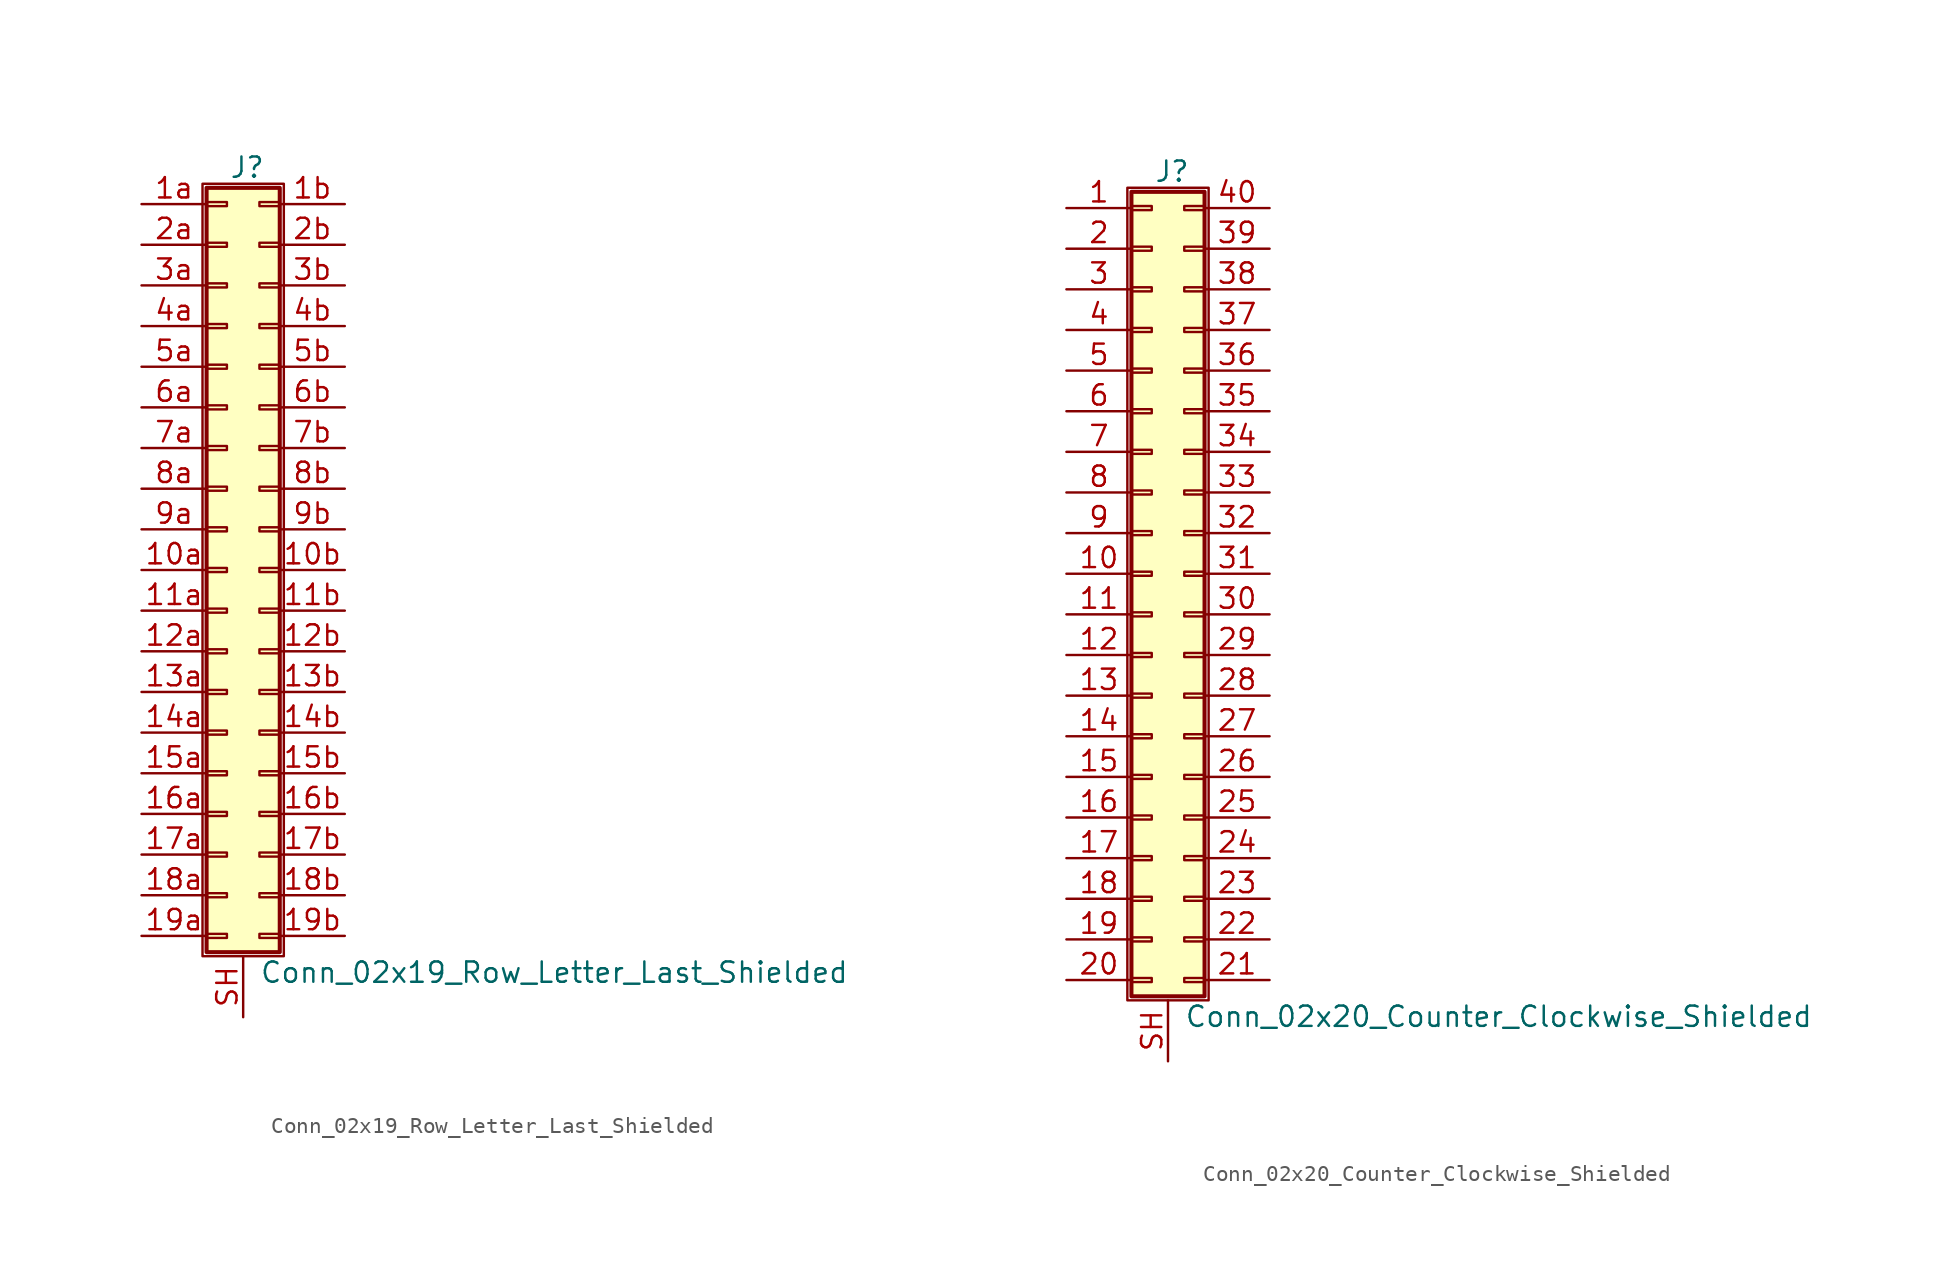
<source format=kicad_sym>
(kicad_symbol_lib
  (version 20201005)
  (generator kicad_symbol_editor)
  (symbol "Conn_02x19_Row_Letter_Last_Shielded"
    (pin_names
      (offset 1.016) hide)
    (property "Reference" "J"
      (at 1.524 25.146 0)
      (effects (font (size 1.27 1.27))))
    (property "Value" "Conn_02x19_Row_Letter_Last_Shielded"
      (at 2.286 -25.146 0)
      (effects (font (size 1.27 1.27)) (justify left)))
    (symbol "Conn_02x19_Row_Letter_Last_Shielded_1_1"
      (rectangle (start -1.27 24.13) (end 3.81 -24.13) (stroke (width 0.152)) (fill (type none)))
      (rectangle (start -1.016 -22.733) (end 0.254 -22.987) (stroke (width 0.152)) (fill (type none)))
      (rectangle (start -1.016 -20.193) (end 0.254 -20.447) (stroke (width 0.152)) (fill (type none)))
      (rectangle (start -1.016 -17.653) (end 0.254 -17.907) (stroke (width 0.152)) (fill (type none)))
      (rectangle (start -1.016 -15.113) (end 0.254 -15.367) (stroke (width 0.152)) (fill (type none)))
      (rectangle (start -1.016 -12.573) (end 0.254 -12.827) (stroke (width 0.152)) (fill (type none)))
      (rectangle (start -1.016 -10.033) (end 0.254 -10.287) (stroke (width 0.152)) (fill (type none)))
      (rectangle (start -1.016 -7.493) (end 0.254 -7.747) (stroke (width 0.152)) (fill (type none)))
      (rectangle (start -1.016 -4.953) (end 0.254 -5.207) (stroke (width 0.152)) (fill (type none)))
      (rectangle (start -1.016 -2.413) (end 0.254 -2.667) (stroke (width 0.152)) (fill (type none)))
      (rectangle (start -1.016 0.127) (end 0.254 -0.127) (stroke (width 0.152)) (fill (type none)))
      (rectangle (start -1.016 2.667) (end 0.254 2.413) (stroke (width 0.152)) (fill (type none)))
      (rectangle (start -1.016 5.207) (end 0.254 4.953) (stroke (width 0.152)) (fill (type none)))
      (rectangle (start -1.016 7.747) (end 0.254 7.493) (stroke (width 0.152)) (fill (type none)))
      (rectangle (start -1.016 10.287) (end 0.254 10.033) (stroke (width 0.152)) (fill (type none)))
      (rectangle (start -1.016 12.827) (end 0.254 12.573) (stroke (width 0.152)) (fill (type none)))
      (rectangle (start -1.016 15.367) (end 0.254 15.113) (stroke (width 0.152)) (fill (type none)))
      (rectangle (start -1.016 17.907) (end 0.254 17.653) (stroke (width 0.152)) (fill (type none)))
      (rectangle (start -1.016 20.447) (end 0.254 20.193) (stroke (width 0.152)) (fill (type none)))
      (rectangle (start -1.016 22.987) (end 0.254 22.733) (stroke (width 0.152)) (fill (type none)))
      (rectangle (start -1.016 23.876) (end 3.556 -23.876) (stroke (width 0.254)) (fill (type background)))
      (rectangle (start 3.556 -22.733) (end 2.286 -22.987) (stroke (width 0.152)) (fill (type none)))
      (rectangle (start 3.556 -20.193) (end 2.286 -20.447) (stroke (width 0.152)) (fill (type none)))
      (rectangle (start 3.556 -17.653) (end 2.286 -17.907) (stroke (width 0.152)) (fill (type none)))
      (rectangle (start 3.556 -15.113) (end 2.286 -15.367) (stroke (width 0.152)) (fill (type none)))
      (rectangle (start 3.556 -12.573) (end 2.286 -12.827) (stroke (width 0.152)) (fill (type none)))
      (rectangle (start 3.556 -10.033) (end 2.286 -10.287) (stroke (width 0.152)) (fill (type none)))
      (rectangle (start 3.556 -7.493) (end 2.286 -7.747) (stroke (width 0.152)) (fill (type none)))
      (rectangle (start 3.556 -4.953) (end 2.286 -5.207) (stroke (width 0.152)) (fill (type none)))
      (rectangle (start 3.556 -2.413) (end 2.286 -2.667) (stroke (width 0.152)) (fill (type none)))
      (rectangle (start 3.556 0.127) (end 2.286 -0.127) (stroke (width 0.152)) (fill (type none)))
      (rectangle (start 3.556 2.667) (end 2.286 2.413) (stroke (width 0.152)) (fill (type none)))
      (rectangle (start 3.556 5.207) (end 2.286 4.953) (stroke (width 0.152)) (fill (type none)))
      (rectangle (start 3.556 7.747) (end 2.286 7.493) (stroke (width 0.152)) (fill (type none)))
      (rectangle (start 3.556 10.287) (end 2.286 10.033) (stroke (width 0.152)) (fill (type none)))
      (rectangle (start 3.556 12.827) (end 2.286 12.573) (stroke (width 0.152)) (fill (type none)))
      (rectangle (start 3.556 15.367) (end 2.286 15.113) (stroke (width 0.152)) (fill (type none)))
      (rectangle (start 3.556 17.907) (end 2.286 17.653) (stroke (width 0.152)) (fill (type none)))
      (rectangle (start 3.556 20.447) (end 2.286 20.193) (stroke (width 0.152)) (fill (type none)))
      (rectangle (start 3.556 22.987) (end 2.286 22.733) (stroke (width 0.152)) (fill (type none)))
      (pin passive line (at -5.08 0 0) (length 4.064) (name "Pin_10a" (effects (font (size 1.27 1.27)))) (number "10a" (effects (font (size 1.27 1.27)))))
      (pin passive line (at 7.62 0 180) (length 4.064) (name "Pin_10b" (effects (font (size 1.27 1.27)))) (number "10b" (effects (font (size 1.27 1.27)))))
      (pin passive line (at -5.08 -2.54 0) (length 4.064) (name "Pin_11a" (effects (font (size 1.27 1.27)))) (number "11a" (effects (font (size 1.27 1.27)))))
      (pin passive line (at 7.62 -2.54 180) (length 4.064) (name "Pin_11b" (effects (font (size 1.27 1.27)))) (number "11b" (effects (font (size 1.27 1.27)))))
      (pin passive line (at -5.08 -5.08 0) (length 4.064) (name "Pin_12a" (effects (font (size 1.27 1.27)))) (number "12a" (effects (font (size 1.27 1.27)))))
      (pin passive line (at 7.62 -5.08 180) (length 4.064) (name "Pin_12b" (effects (font (size 1.27 1.27)))) (number "12b" (effects (font (size 1.27 1.27)))))
      (pin passive line (at -5.08 -7.62 0) (length 4.064) (name "Pin_13a" (effects (font (size 1.27 1.27)))) (number "13a" (effects (font (size 1.27 1.27)))))
      (pin passive line (at 7.62 -7.62 180) (length 4.064) (name "Pin_13b" (effects (font (size 1.27 1.27)))) (number "13b" (effects (font (size 1.27 1.27)))))
      (pin passive line (at -5.08 -10.16 0) (length 4.064) (name "Pin_14a" (effects (font (size 1.27 1.27)))) (number "14a" (effects (font (size 1.27 1.27)))))
      (pin passive line (at 7.62 -10.16 180) (length 4.064) (name "Pin_14b" (effects (font (size 1.27 1.27)))) (number "14b" (effects (font (size 1.27 1.27)))))
      (pin passive line (at -5.08 -12.7 0) (length 4.064) (name "Pin_15a" (effects (font (size 1.27 1.27)))) (number "15a" (effects (font (size 1.27 1.27)))))
      (pin passive line (at 7.62 -12.7 180) (length 4.064) (name "Pin_15b" (effects (font (size 1.27 1.27)))) (number "15b" (effects (font (size 1.27 1.27)))))
      (pin passive line (at -5.08 -15.24 0) (length 4.064) (name "Pin_16a" (effects (font (size 1.27 1.27)))) (number "16a" (effects (font (size 1.27 1.27)))))
      (pin passive line (at 7.62 -15.24 180) (length 4.064) (name "Pin_16b" (effects (font (size 1.27 1.27)))) (number "16b" (effects (font (size 1.27 1.27)))))
      (pin passive line (at -5.08 -17.78 0) (length 4.064) (name "Pin_17a" (effects (font (size 1.27 1.27)))) (number "17a" (effects (font (size 1.27 1.27)))))
      (pin passive line (at 7.62 -17.78 180) (length 4.064) (name "Pin_17b" (effects (font (size 1.27 1.27)))) (number "17b" (effects (font (size 1.27 1.27)))))
      (pin passive line (at -5.08 -20.32 0) (length 4.064) (name "Pin_18a" (effects (font (size 1.27 1.27)))) (number "18a" (effects (font (size 1.27 1.27)))))
      (pin passive line (at 7.62 -20.32 180) (length 4.064) (name "Pin_18b" (effects (font (size 1.27 1.27)))) (number "18b" (effects (font (size 1.27 1.27)))))
      (pin passive line (at -5.08 -22.86 0) (length 4.064) (name "Pin_19a" (effects (font (size 1.27 1.27)))) (number "19a" (effects (font (size 1.27 1.27)))))
      (pin passive line (at 7.62 -22.86 180) (length 4.064) (name "Pin_19b" (effects (font (size 1.27 1.27)))) (number "19b" (effects (font (size 1.27 1.27)))))
      (pin passive line (at -5.08 22.86 0) (length 4.064) (name "Pin_1a" (effects (font (size 1.27 1.27)))) (number "1a" (effects (font (size 1.27 1.27)))))
      (pin passive line (at 7.62 22.86 180) (length 4.064) (name "Pin_1b" (effects (font (size 1.27 1.27)))) (number "1b" (effects (font (size 1.27 1.27)))))
      (pin passive line (at -5.08 20.32 0) (length 4.064) (name "Pin_2a" (effects (font (size 1.27 1.27)))) (number "2a" (effects (font (size 1.27 1.27)))))
      (pin passive line (at 7.62 20.32 180) (length 4.064) (name "Pin_2b" (effects (font (size 1.27 1.27)))) (number "2b" (effects (font (size 1.27 1.27)))))
      (pin passive line (at -5.08 17.78 0) (length 4.064) (name "Pin_3a" (effects (font (size 1.27 1.27)))) (number "3a" (effects (font (size 1.27 1.27)))))
      (pin passive line (at 7.62 17.78 180) (length 4.064) (name "Pin_3b" (effects (font (size 1.27 1.27)))) (number "3b" (effects (font (size 1.27 1.27)))))
      (pin passive line (at -5.08 15.24 0) (length 4.064) (name "Pin_4a" (effects (font (size 1.27 1.27)))) (number "4a" (effects (font (size 1.27 1.27)))))
      (pin passive line (at 7.62 15.24 180) (length 4.064) (name "Pin_4b" (effects (font (size 1.27 1.27)))) (number "4b" (effects (font (size 1.27 1.27)))))
      (pin passive line (at -5.08 12.7 0) (length 4.064) (name "Pin_5a" (effects (font (size 1.27 1.27)))) (number "5a" (effects (font (size 1.27 1.27)))))
      (pin passive line (at 7.62 12.7 180) (length 4.064) (name "Pin_5b" (effects (font (size 1.27 1.27)))) (number "5b" (effects (font (size 1.27 1.27)))))
      (pin passive line (at -5.08 10.16 0) (length 4.064) (name "Pin_6a" (effects (font (size 1.27 1.27)))) (number "6a" (effects (font (size 1.27 1.27)))))
      (pin passive line (at 7.62 10.16 180) (length 4.064) (name "Pin_6b" (effects (font (size 1.27 1.27)))) (number "6b" (effects (font (size 1.27 1.27)))))
      (pin passive line (at -5.08 7.62 0) (length 4.064) (name "Pin_7a" (effects (font (size 1.27 1.27)))) (number "7a" (effects (font (size 1.27 1.27)))))
      (pin passive line (at 7.62 7.62 180) (length 4.064) (name "Pin_7b" (effects (font (size 1.27 1.27)))) (number "7b" (effects (font (size 1.27 1.27)))))
      (pin passive line (at -5.08 5.08 0) (length 4.064) (name "Pin_8a" (effects (font (size 1.27 1.27)))) (number "8a" (effects (font (size 1.27 1.27)))))
      (pin passive line (at 7.62 5.08 180) (length 4.064) (name "Pin_8b" (effects (font (size 1.27 1.27)))) (number "8b" (effects (font (size 1.27 1.27)))))
      (pin passive line (at -5.08 2.54 0) (length 4.064) (name "Pin_9a" (effects (font (size 1.27 1.27)))) (number "9a" (effects (font (size 1.27 1.27)))))
      (pin passive line (at 7.62 2.54 180) (length 4.064) (name "Pin_9b" (effects (font (size 1.27 1.27)))) (number "9b" (effects (font (size 1.27 1.27)))))
      (pin passive line (at 1.27 -27.94 90) (length 3.81) (name "Shield" (effects (font (size 1.27 1.27)))) (number "SH" (effects (font (size 1.27 1.27)))))))
  (symbol "Conn_02x20_Counter_Clockwise_Shielded"
    (pin_names
      (offset 1.016) hide)
    (property "Reference" "J"
      (at 1.524 25.146 0)
      (effects (font (size 1.27 1.27))))
    (property "Value" "Conn_02x20_Counter_Clockwise_Shielded"
      (at 2.286 -27.686 0)
      (effects (font (size 1.27 1.27)) (justify left)))
    (symbol "Conn_02x20_Counter_Clockwise_Shielded_1_1"
      (rectangle (start -1.27 24.13) (end 3.81 -26.67) (stroke (width 0.152)) (fill (type none)))
      (rectangle (start -1.016 -25.273) (end 0.254 -25.527) (stroke (width 0.152)) (fill (type none)))
      (rectangle (start -1.016 -22.733) (end 0.254 -22.987) (stroke (width 0.152)) (fill (type none)))
      (rectangle (start -1.016 -20.193) (end 0.254 -20.447) (stroke (width 0.152)) (fill (type none)))
      (rectangle (start -1.016 -17.653) (end 0.254 -17.907) (stroke (width 0.152)) (fill (type none)))
      (rectangle (start -1.016 -15.113) (end 0.254 -15.367) (stroke (width 0.152)) (fill (type none)))
      (rectangle (start -1.016 -12.573) (end 0.254 -12.827) (stroke (width 0.152)) (fill (type none)))
      (rectangle (start -1.016 -10.033) (end 0.254 -10.287) (stroke (width 0.152)) (fill (type none)))
      (rectangle (start -1.016 -7.493) (end 0.254 -7.747) (stroke (width 0.152)) (fill (type none)))
      (rectangle (start -1.016 -4.953) (end 0.254 -5.207) (stroke (width 0.152)) (fill (type none)))
      (rectangle (start -1.016 -2.413) (end 0.254 -2.667) (stroke (width 0.152)) (fill (type none)))
      (rectangle (start -1.016 0.127) (end 0.254 -0.127) (stroke (width 0.152)) (fill (type none)))
      (rectangle (start -1.016 2.667) (end 0.254 2.413) (stroke (width 0.152)) (fill (type none)))
      (rectangle (start -1.016 5.207) (end 0.254 4.953) (stroke (width 0.152)) (fill (type none)))
      (rectangle (start -1.016 7.747) (end 0.254 7.493) (stroke (width 0.152)) (fill (type none)))
      (rectangle (start -1.016 10.287) (end 0.254 10.033) (stroke (width 0.152)) (fill (type none)))
      (rectangle (start -1.016 12.827) (end 0.254 12.573) (stroke (width 0.152)) (fill (type none)))
      (rectangle (start -1.016 15.367) (end 0.254 15.113) (stroke (width 0.152)) (fill (type none)))
      (rectangle (start -1.016 17.907) (end 0.254 17.653) (stroke (width 0.152)) (fill (type none)))
      (rectangle (start -1.016 20.447) (end 0.254 20.193) (stroke (width 0.152)) (fill (type none)))
      (rectangle (start -1.016 22.987) (end 0.254 22.733) (stroke (width 0.152)) (fill (type none)))
      (rectangle (start -1.016 23.876) (end 3.556 -26.416) (stroke (width 0.254)) (fill (type background)))
      (rectangle (start 3.556 -25.273) (end 2.286 -25.527) (stroke (width 0.152)) (fill (type none)))
      (rectangle (start 3.556 -22.733) (end 2.286 -22.987) (stroke (width 0.152)) (fill (type none)))
      (rectangle (start 3.556 -20.193) (end 2.286 -20.447) (stroke (width 0.152)) (fill (type none)))
      (rectangle (start 3.556 -17.653) (end 2.286 -17.907) (stroke (width 0.152)) (fill (type none)))
      (rectangle (start 3.556 -15.113) (end 2.286 -15.367) (stroke (width 0.152)) (fill (type none)))
      (rectangle (start 3.556 -12.573) (end 2.286 -12.827) (stroke (width 0.152)) (fill (type none)))
      (rectangle (start 3.556 -10.033) (end 2.286 -10.287) (stroke (width 0.152)) (fill (type none)))
      (rectangle (start 3.556 -7.493) (end 2.286 -7.747) (stroke (width 0.152)) (fill (type none)))
      (rectangle (start 3.556 -4.953) (end 2.286 -5.207) (stroke (width 0.152)) (fill (type none)))
      (rectangle (start 3.556 -2.413) (end 2.286 -2.667) (stroke (width 0.152)) (fill (type none)))
      (rectangle (start 3.556 0.127) (end 2.286 -0.127) (stroke (width 0.152)) (fill (type none)))
      (rectangle (start 3.556 2.667) (end 2.286 2.413) (stroke (width 0.152)) (fill (type none)))
      (rectangle (start 3.556 5.207) (end 2.286 4.953) (stroke (width 0.152)) (fill (type none)))
      (rectangle (start 3.556 7.747) (end 2.286 7.493) (stroke (width 0.152)) (fill (type none)))
      (rectangle (start 3.556 10.287) (end 2.286 10.033) (stroke (width 0.152)) (fill (type none)))
      (rectangle (start 3.556 12.827) (end 2.286 12.573) (stroke (width 0.152)) (fill (type none)))
      (rectangle (start 3.556 15.367) (end 2.286 15.113) (stroke (width 0.152)) (fill (type none)))
      (rectangle (start 3.556 17.907) (end 2.286 17.653) (stroke (width 0.152)) (fill (type none)))
      (rectangle (start 3.556 20.447) (end 2.286 20.193) (stroke (width 0.152)) (fill (type none)))
      (rectangle (start 3.556 22.987) (end 2.286 22.733) (stroke (width 0.152)) (fill (type none)))
      (pin passive line (at -5.08 22.86 0) (length 4.064) (name "Pin_1" (effects (font (size 1.27 1.27)))) (number "1" (effects (font (size 1.27 1.27)))))
      (pin passive line (at -5.08 0 0) (length 4.064) (name "Pin_10" (effects (font (size 1.27 1.27)))) (number "10" (effects (font (size 1.27 1.27)))))
      (pin passive line (at -5.08 -2.54 0) (length 4.064) (name "Pin_11" (effects (font (size 1.27 1.27)))) (number "11" (effects (font (size 1.27 1.27)))))
      (pin passive line (at -5.08 -5.08 0) (length 4.064) (name "Pin_12" (effects (font (size 1.27 1.27)))) (number "12" (effects (font (size 1.27 1.27)))))
      (pin passive line (at -5.08 -7.62 0) (length 4.064) (name "Pin_13" (effects (font (size 1.27 1.27)))) (number "13" (effects (font (size 1.27 1.27)))))
      (pin passive line (at -5.08 -10.16 0) (length 4.064) (name "Pin_14" (effects (font (size 1.27 1.27)))) (number "14" (effects (font (size 1.27 1.27)))))
      (pin passive line (at -5.08 -12.7 0) (length 4.064) (name "Pin_15" (effects (font (size 1.27 1.27)))) (number "15" (effects (font (size 1.27 1.27)))))
      (pin passive line (at -5.08 -15.24 0) (length 4.064) (name "Pin_16" (effects (font (size 1.27 1.27)))) (number "16" (effects (font (size 1.27 1.27)))))
      (pin passive line (at -5.08 -17.78 0) (length 4.064) (name "Pin_17" (effects (font (size 1.27 1.27)))) (number "17" (effects (font (size 1.27 1.27)))))
      (pin passive line (at -5.08 -20.32 0) (length 4.064) (name "Pin_18" (effects (font (size 1.27 1.27)))) (number "18" (effects (font (size 1.27 1.27)))))
      (pin passive line (at -5.08 -22.86 0) (length 4.064) (name "Pin_19" (effects (font (size 1.27 1.27)))) (number "19" (effects (font (size 1.27 1.27)))))
      (pin passive line (at -5.08 20.32 0) (length 4.064) (name "Pin_2" (effects (font (size 1.27 1.27)))) (number "2" (effects (font (size 1.27 1.27)))))
      (pin passive line (at -5.08 -25.4 0) (length 4.064) (name "Pin_20" (effects (font (size 1.27 1.27)))) (number "20" (effects (font (size 1.27 1.27)))))
      (pin passive line (at 7.62 -25.4 180) (length 4.064) (name "Pin_21" (effects (font (size 1.27 1.27)))) (number "21" (effects (font (size 1.27 1.27)))))
      (pin passive line (at 7.62 -22.86 180) (length 4.064) (name "Pin_22" (effects (font (size 1.27 1.27)))) (number "22" (effects (font (size 1.27 1.27)))))
      (pin passive line (at 7.62 -20.32 180) (length 4.064) (name "Pin_23" (effects (font (size 1.27 1.27)))) (number "23" (effects (font (size 1.27 1.27)))))
      (pin passive line (at 7.62 -17.78 180) (length 4.064) (name "Pin_24" (effects (font (size 1.27 1.27)))) (number "24" (effects (font (size 1.27 1.27)))))
      (pin passive line (at 7.62 -15.24 180) (length 4.064) (name "Pin_25" (effects (font (size 1.27 1.27)))) (number "25" (effects (font (size 1.27 1.27)))))
      (pin passive line (at 7.62 -12.7 180) (length 4.064) (name "Pin_26" (effects (font (size 1.27 1.27)))) (number "26" (effects (font (size 1.27 1.27)))))
      (pin passive line (at 7.62 -10.16 180) (length 4.064) (name "Pin_27" (effects (font (size 1.27 1.27)))) (number "27" (effects (font (size 1.27 1.27)))))
      (pin passive line (at 7.62 -7.62 180) (length 4.064) (name "Pin_28" (effects (font (size 1.27 1.27)))) (number "28" (effects (font (size 1.27 1.27)))))
      (pin passive line (at 7.62 -5.08 180) (length 4.064) (name "Pin_29" (effects (font (size 1.27 1.27)))) (number "29" (effects (font (size 1.27 1.27)))))
      (pin passive line (at -5.08 17.78 0) (length 4.064) (name "Pin_3" (effects (font (size 1.27 1.27)))) (number "3" (effects (font (size 1.27 1.27)))))
      (pin passive line (at 7.62 -2.54 180) (length 4.064) (name "Pin_30" (effects (font (size 1.27 1.27)))) (number "30" (effects (font (size 1.27 1.27)))))
      (pin passive line (at 7.62 0 180) (length 4.064) (name "Pin_31" (effects (font (size 1.27 1.27)))) (number "31" (effects (font (size 1.27 1.27)))))
      (pin passive line (at 7.62 2.54 180) (length 4.064) (name "Pin_32" (effects (font (size 1.27 1.27)))) (number "32" (effects (font (size 1.27 1.27)))))
      (pin passive line (at 7.62 5.08 180) (length 4.064) (name "Pin_33" (effects (font (size 1.27 1.27)))) (number "33" (effects (font (size 1.27 1.27)))))
      (pin passive line (at 7.62 7.62 180) (length 4.064) (name "Pin_34" (effects (font (size 1.27 1.27)))) (number "34" (effects (font (size 1.27 1.27)))))
      (pin passive line (at 7.62 10.16 180) (length 4.064) (name "Pin_35" (effects (font (size 1.27 1.27)))) (number "35" (effects (font (size 1.27 1.27)))))
      (pin passive line (at 7.62 12.7 180) (length 4.064) (name "Pin_36" (effects (font (size 1.27 1.27)))) (number "36" (effects (font (size 1.27 1.27)))))
      (pin passive line (at 7.62 15.24 180) (length 4.064) (name "Pin_37" (effects (font (size 1.27 1.27)))) (number "37" (effects (font (size 1.27 1.27)))))
      (pin passive line (at 7.62 17.78 180) (length 4.064) (name "Pin_38" (effects (font (size 1.27 1.27)))) (number "38" (effects (font (size 1.27 1.27)))))
      (pin passive line (at 7.62 20.32 180) (length 4.064) (name "Pin_39" (effects (font (size 1.27 1.27)))) (number "39" (effects (font (size 1.27 1.27)))))
      (pin passive line (at -5.08 15.24 0) (length 4.064) (name "Pin_4" (effects (font (size 1.27 1.27)))) (number "4" (effects (font (size 1.27 1.27)))))
      (pin passive line (at 7.62 22.86 180) (length 4.064) (name "Pin_40" (effects (font (size 1.27 1.27)))) (number "40" (effects (font (size 1.27 1.27)))))
      (pin passive line (at -5.08 12.7 0) (length 4.064) (name "Pin_5" (effects (font (size 1.27 1.27)))) (number "5" (effects (font (size 1.27 1.27)))))
      (pin passive line (at -5.08 10.16 0) (length 4.064) (name "Pin_6" (effects (font (size 1.27 1.27)))) (number "6" (effects (font (size 1.27 1.27)))))
      (pin passive line (at -5.08 7.62 0) (length 4.064) (name "Pin_7" (effects (font (size 1.27 1.27)))) (number "7" (effects (font (size 1.27 1.27)))))
      (pin passive line (at -5.08 5.08 0) (length 4.064) (name "Pin_8" (effects (font (size 1.27 1.27)))) (number "8" (effects (font (size 1.27 1.27)))))
      (pin passive line (at -5.08 2.54 0) (length 4.064) (name "Pin_9" (effects (font (size 1.27 1.27)))) (number "9" (effects (font (size 1.27 1.27)))))
      (pin passive line (at 1.27 -30.48 90) (length 3.81) (name "Shield" (effects (font (size 1.27 1.27)))) (number "SH" (effects (font (size 1.27 1.27))))))))
</source>
